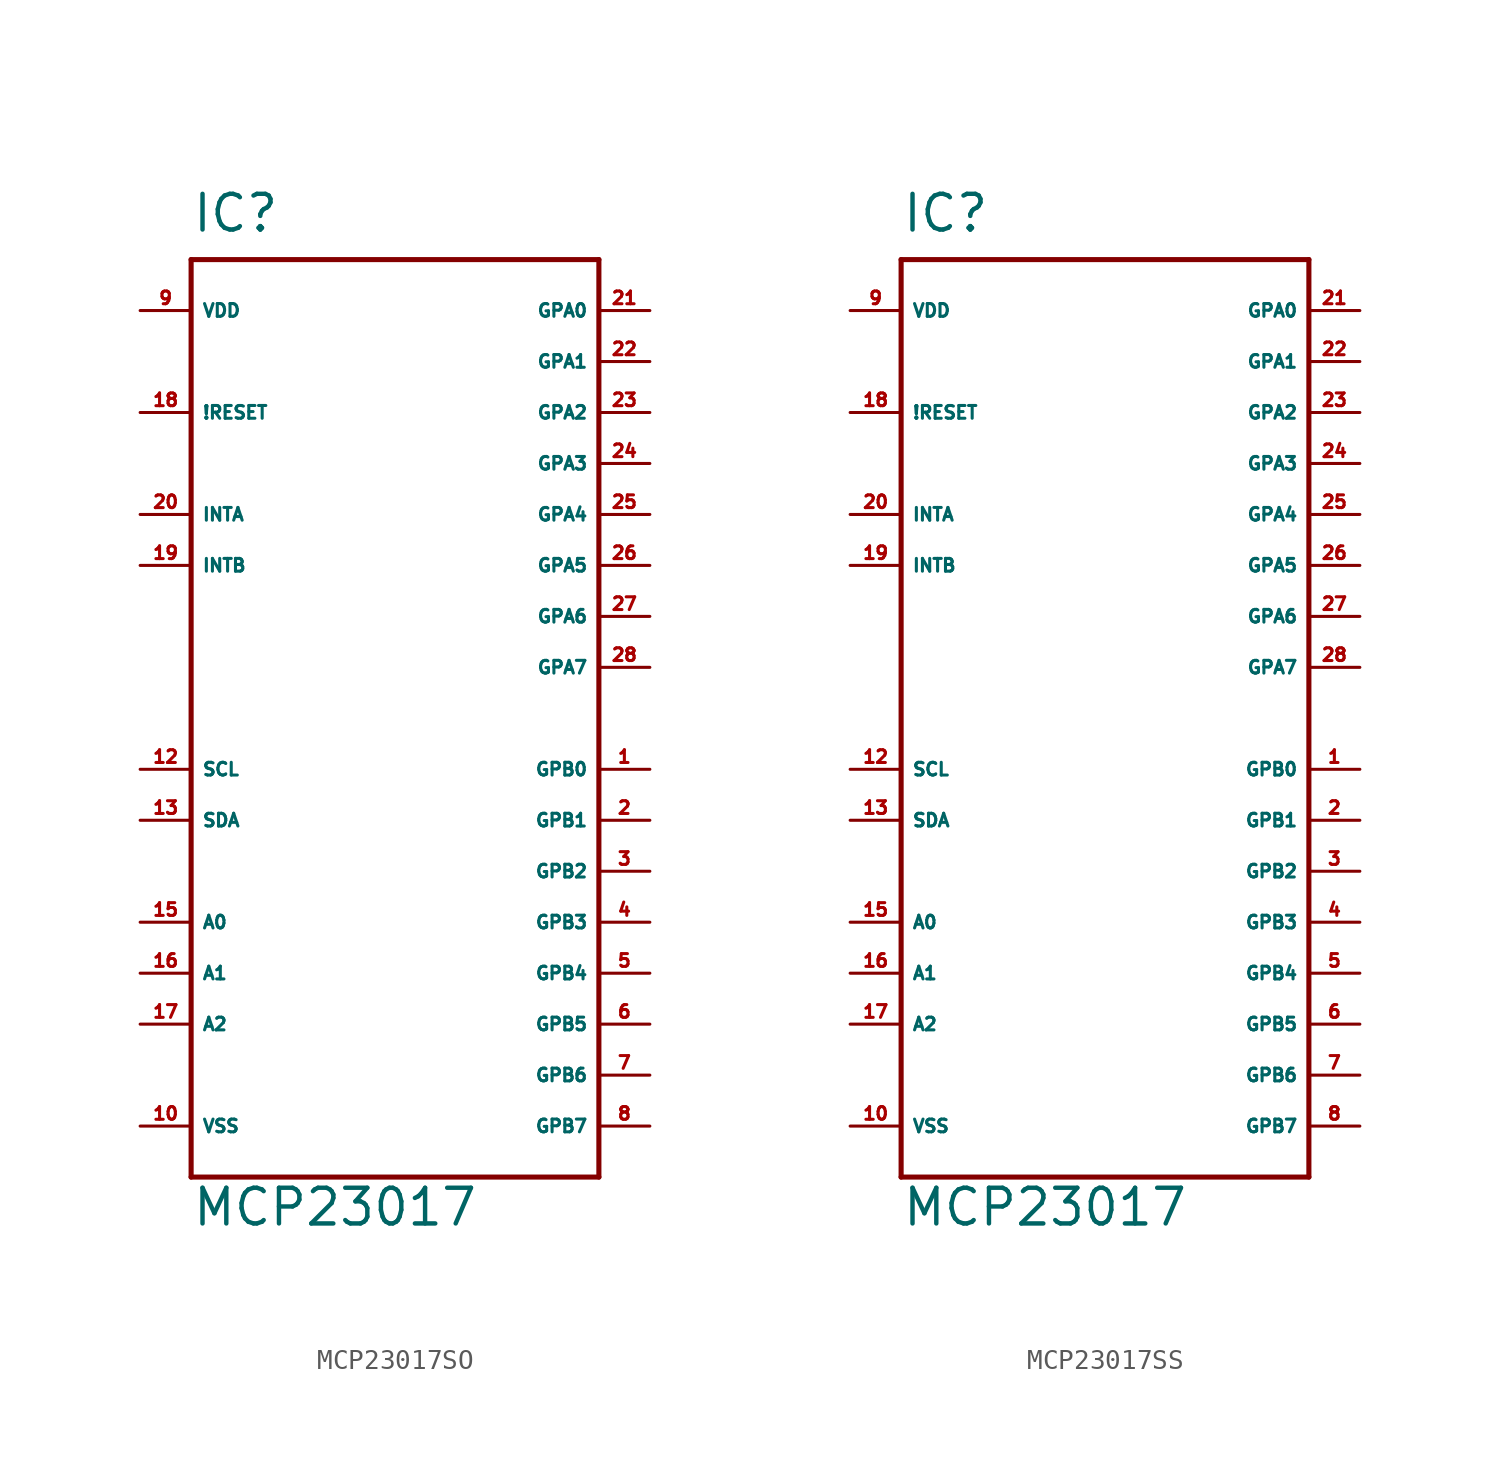
<source format=kicad_sym>
(kicad_symbol_lib
  (version 20220914)
  (generator Eagle2Kicad)
  (symbol "MCP23017SO"
    (property "Reference" "IC"
      (at -10.16 24.13 0)
      (effects (font (size 1.778 1.778) (thickness 0.22)) (justify left bottom)))
    (property "Value" "MCP23017"
      (at -10.16 -25.4 0)
      (effects (font (size 1.778 1.778) (thickness 0.22)) (justify left bottom)))
    (polyline
      (pts (xy -10.16 22.86) (xy 10.16 22.86))
      (stroke (width 0.254) (type default))
      (fill (type none)))
    (polyline
      (pts (xy 10.16 22.86) (xy 10.16 -22.86))
      (stroke (width 0.254) (type default))
      (fill (type none)))
    (polyline
      (pts (xy 10.16 -22.86) (xy -10.16 -22.86))
      (stroke (width 0.254) (type default))
      (fill (type none)))
    (polyline
      (pts (xy -10.16 -22.86) (xy -10.16 22.86))
      (stroke (width 0.254) (type default))
      (fill (type none)))
    (pin input line
      (at -12.7 -2.54 0)
      (length 2.54)
      (name "SCL" (effects (font (size 0.635 0.635) (thickness 0.08)) (justify left bottom)))
      (number "12" (effects (font (size 0.635 0.635) (thickness 0.08)) (justify left bottom))))
    (pin bidirectional line
      (at -12.7 -5.08 0)
      (length 2.54)
      (name "SDA" (effects (font (size 0.635 0.635) (thickness 0.08)) (justify left bottom)))
      (number "13" (effects (font (size 0.635 0.635) (thickness 0.08)) (justify left bottom))))
    (pin input line
      (at -12.7 -10.16 0)
      (length 2.54)
      (name "A0" (effects (font (size 0.635 0.635) (thickness 0.08)) (justify left bottom)))
      (number "15" (effects (font (size 0.635 0.635) (thickness 0.08)) (justify left bottom))))
    (pin input line
      (at -12.7 -12.7 0)
      (length 2.54)
      (name "A1" (effects (font (size 0.635 0.635) (thickness 0.08)) (justify left bottom)))
      (number "16" (effects (font (size 0.635 0.635) (thickness 0.08)) (justify left bottom))))
    (pin input line
      (at -12.7 -15.24 0)
      (length 2.54)
      (name "A2" (effects (font (size 0.635 0.635) (thickness 0.08)) (justify left bottom)))
      (number "17" (effects (font (size 0.635 0.635) (thickness 0.08)) (justify left bottom))))
    (pin input line
      (at -12.7 15.24 0)
      (length 2.54)
      (name "!RESET" (effects (font (size 0.635 0.635) (thickness 0.08)) (justify left bottom)))
      (number "18" (effects (font (size 0.635 0.635) (thickness 0.08)) (justify left bottom))))
    (pin output line
      (at -12.7 10.16 0)
      (length 2.54)
      (name "INTA" (effects (font (size 0.635 0.635) (thickness 0.08)) (justify left bottom)))
      (number "20" (effects (font (size 0.635 0.635) (thickness 0.08)) (justify left bottom))))
    (pin output line
      (at -12.7 7.62 0)
      (length 2.54)
      (name "INTB" (effects (font (size 0.635 0.635) (thickness 0.08)) (justify left bottom)))
      (number "19" (effects (font (size 0.635 0.635) (thickness 0.08)) (justify left bottom))))
    (pin bidirectional line
      (at 12.7 -2.54 180)
      (length 2.54)
      (name "GPB0" (effects (font (size 0.635 0.635) (thickness 0.08)) (justify left bottom)))
      (number "1" (effects (font (size 0.635 0.635) (thickness 0.08)) (justify left bottom))))
    (pin bidirectional line
      (at 12.7 -5.08 180)
      (length 2.54)
      (name "GPB1" (effects (font (size 0.635 0.635) (thickness 0.08)) (justify left bottom)))
      (number "2" (effects (font (size 0.635 0.635) (thickness 0.08)) (justify left bottom))))
    (pin bidirectional line
      (at 12.7 -7.62 180)
      (length 2.54)
      (name "GPB2" (effects (font (size 0.635 0.635) (thickness 0.08)) (justify left bottom)))
      (number "3" (effects (font (size 0.635 0.635) (thickness 0.08)) (justify left bottom))))
    (pin bidirectional line
      (at 12.7 -10.16 180)
      (length 2.54)
      (name "GPB3" (effects (font (size 0.635 0.635) (thickness 0.08)) (justify left bottom)))
      (number "4" (effects (font (size 0.635 0.635) (thickness 0.08)) (justify left bottom))))
    (pin bidirectional line
      (at 12.7 -12.7 180)
      (length 2.54)
      (name "GPB4" (effects (font (size 0.635 0.635) (thickness 0.08)) (justify left bottom)))
      (number "5" (effects (font (size 0.635 0.635) (thickness 0.08)) (justify left bottom))))
    (pin bidirectional line
      (at 12.7 -15.24 180)
      (length 2.54)
      (name "GPB5" (effects (font (size 0.635 0.635) (thickness 0.08)) (justify left bottom)))
      (number "6" (effects (font (size 0.635 0.635) (thickness 0.08)) (justify left bottom))))
    (pin bidirectional line
      (at 12.7 -17.78 180)
      (length 2.54)
      (name "GPB6" (effects (font (size 0.635 0.635) (thickness 0.08)) (justify left bottom)))
      (number "7" (effects (font (size 0.635 0.635) (thickness 0.08)) (justify left bottom))))
    (pin bidirectional line
      (at 12.7 -20.32 180)
      (length 2.54)
      (name "GPB7" (effects (font (size 0.635 0.635) (thickness 0.08)) (justify left bottom)))
      (number "8" (effects (font (size 0.635 0.635) (thickness 0.08)) (justify left bottom))))
    (pin bidirectional line
      (at 12.7 20.32 180)
      (length 2.54)
      (name "GPA0" (effects (font (size 0.635 0.635) (thickness 0.08)) (justify left bottom)))
      (number "21" (effects (font (size 0.635 0.635) (thickness 0.08)) (justify left bottom))))
    (pin bidirectional line
      (at 12.7 17.78 180)
      (length 2.54)
      (name "GPA1" (effects (font (size 0.635 0.635) (thickness 0.08)) (justify left bottom)))
      (number "22" (effects (font (size 0.635 0.635) (thickness 0.08)) (justify left bottom))))
    (pin bidirectional line
      (at 12.7 15.24 180)
      (length 2.54)
      (name "GPA2" (effects (font (size 0.635 0.635) (thickness 0.08)) (justify left bottom)))
      (number "23" (effects (font (size 0.635 0.635) (thickness 0.08)) (justify left bottom))))
    (pin bidirectional line
      (at 12.7 12.7 180)
      (length 2.54)
      (name "GPA3" (effects (font (size 0.635 0.635) (thickness 0.08)) (justify left bottom)))
      (number "24" (effects (font (size 0.635 0.635) (thickness 0.08)) (justify left bottom))))
    (pin bidirectional line
      (at 12.7 10.16 180)
      (length 2.54)
      (name "GPA4" (effects (font (size 0.635 0.635) (thickness 0.08)) (justify left bottom)))
      (number "25" (effects (font (size 0.635 0.635) (thickness 0.08)) (justify left bottom))))
    (pin bidirectional line
      (at 12.7 7.62 180)
      (length 2.54)
      (name "GPA5" (effects (font (size 0.635 0.635) (thickness 0.08)) (justify left bottom)))
      (number "26" (effects (font (size 0.635 0.635) (thickness 0.08)) (justify left bottom))))
    (pin bidirectional line
      (at 12.7 5.08 180)
      (length 2.54)
      (name "GPA6" (effects (font (size 0.635 0.635) (thickness 0.08)) (justify left bottom)))
      (number "27" (effects (font (size 0.635 0.635) (thickness 0.08)) (justify left bottom))))
    (pin bidirectional line
      (at 12.7 2.54 180)
      (length 2.54)
      (name "GPA7" (effects (font (size 0.635 0.635) (thickness 0.08)) (justify left bottom)))
      (number "28" (effects (font (size 0.635 0.635) (thickness 0.08)) (justify left bottom))))
    (pin unspecified line
      (at -12.7 20.32 0)
      (length 2.54)
      (name "VDD" (effects (font (size 0.635 0.635) (thickness 0.08)) (justify left bottom)))
      (number "9" (effects (font (size 0.635 0.635) (thickness 0.08)) (justify left bottom))))
    (pin unspecified line
      (at -12.7 -20.32 0)
      (length 2.54)
      (name "VSS" (effects (font (size 0.635 0.635) (thickness 0.08)) (justify left bottom)))
      (number "10" (effects (font (size 0.635 0.635) (thickness 0.08)) (justify left bottom)))))
  (symbol "MCP23017SS"
    (property "Reference" "IC"
      (at -10.16 24.13 0)
      (effects (font (size 1.778 1.778) (thickness 0.22)) (justify left bottom)))
    (property "Value" "MCP23017"
      (at -10.16 -25.4 0)
      (effects (font (size 1.778 1.778) (thickness 0.22)) (justify left bottom)))
    (polyline
      (pts (xy -10.16 22.86) (xy 10.16 22.86))
      (stroke (width 0.254) (type default))
      (fill (type none)))
    (polyline
      (pts (xy 10.16 22.86) (xy 10.16 -22.86))
      (stroke (width 0.254) (type default))
      (fill (type none)))
    (polyline
      (pts (xy 10.16 -22.86) (xy -10.16 -22.86))
      (stroke (width 0.254) (type default))
      (fill (type none)))
    (polyline
      (pts (xy -10.16 -22.86) (xy -10.16 22.86))
      (stroke (width 0.254) (type default))
      (fill (type none)))
    (pin input line
      (at -12.7 -2.54 0)
      (length 2.54)
      (name "SCL" (effects (font (size 0.635 0.635) (thickness 0.08)) (justify left bottom)))
      (number "12" (effects (font (size 0.635 0.635) (thickness 0.08)) (justify left bottom))))
    (pin bidirectional line
      (at -12.7 -5.08 0)
      (length 2.54)
      (name "SDA" (effects (font (size 0.635 0.635) (thickness 0.08)) (justify left bottom)))
      (number "13" (effects (font (size 0.635 0.635) (thickness 0.08)) (justify left bottom))))
    (pin input line
      (at -12.7 -10.16 0)
      (length 2.54)
      (name "A0" (effects (font (size 0.635 0.635) (thickness 0.08)) (justify left bottom)))
      (number "15" (effects (font (size 0.635 0.635) (thickness 0.08)) (justify left bottom))))
    (pin input line
      (at -12.7 -12.7 0)
      (length 2.54)
      (name "A1" (effects (font (size 0.635 0.635) (thickness 0.08)) (justify left bottom)))
      (number "16" (effects (font (size 0.635 0.635) (thickness 0.08)) (justify left bottom))))
    (pin input line
      (at -12.7 -15.24 0)
      (length 2.54)
      (name "A2" (effects (font (size 0.635 0.635) (thickness 0.08)) (justify left bottom)))
      (number "17" (effects (font (size 0.635 0.635) (thickness 0.08)) (justify left bottom))))
    (pin input line
      (at -12.7 15.24 0)
      (length 2.54)
      (name "!RESET" (effects (font (size 0.635 0.635) (thickness 0.08)) (justify left bottom)))
      (number "18" (effects (font (size 0.635 0.635) (thickness 0.08)) (justify left bottom))))
    (pin output line
      (at -12.7 10.16 0)
      (length 2.54)
      (name "INTA" (effects (font (size 0.635 0.635) (thickness 0.08)) (justify left bottom)))
      (number "20" (effects (font (size 0.635 0.635) (thickness 0.08)) (justify left bottom))))
    (pin output line
      (at -12.7 7.62 0)
      (length 2.54)
      (name "INTB" (effects (font (size 0.635 0.635) (thickness 0.08)) (justify left bottom)))
      (number "19" (effects (font (size 0.635 0.635) (thickness 0.08)) (justify left bottom))))
    (pin bidirectional line
      (at 12.7 -2.54 180)
      (length 2.54)
      (name "GPB0" (effects (font (size 0.635 0.635) (thickness 0.08)) (justify left bottom)))
      (number "1" (effects (font (size 0.635 0.635) (thickness 0.08)) (justify left bottom))))
    (pin bidirectional line
      (at 12.7 -5.08 180)
      (length 2.54)
      (name "GPB1" (effects (font (size 0.635 0.635) (thickness 0.08)) (justify left bottom)))
      (number "2" (effects (font (size 0.635 0.635) (thickness 0.08)) (justify left bottom))))
    (pin bidirectional line
      (at 12.7 -7.62 180)
      (length 2.54)
      (name "GPB2" (effects (font (size 0.635 0.635) (thickness 0.08)) (justify left bottom)))
      (number "3" (effects (font (size 0.635 0.635) (thickness 0.08)) (justify left bottom))))
    (pin bidirectional line
      (at 12.7 -10.16 180)
      (length 2.54)
      (name "GPB3" (effects (font (size 0.635 0.635) (thickness 0.08)) (justify left bottom)))
      (number "4" (effects (font (size 0.635 0.635) (thickness 0.08)) (justify left bottom))))
    (pin bidirectional line
      (at 12.7 -12.7 180)
      (length 2.54)
      (name "GPB4" (effects (font (size 0.635 0.635) (thickness 0.08)) (justify left bottom)))
      (number "5" (effects (font (size 0.635 0.635) (thickness 0.08)) (justify left bottom))))
    (pin bidirectional line
      (at 12.7 -15.24 180)
      (length 2.54)
      (name "GPB5" (effects (font (size 0.635 0.635) (thickness 0.08)) (justify left bottom)))
      (number "6" (effects (font (size 0.635 0.635) (thickness 0.08)) (justify left bottom))))
    (pin bidirectional line
      (at 12.7 -17.78 180)
      (length 2.54)
      (name "GPB6" (effects (font (size 0.635 0.635) (thickness 0.08)) (justify left bottom)))
      (number "7" (effects (font (size 0.635 0.635) (thickness 0.08)) (justify left bottom))))
    (pin bidirectional line
      (at 12.7 -20.32 180)
      (length 2.54)
      (name "GPB7" (effects (font (size 0.635 0.635) (thickness 0.08)) (justify left bottom)))
      (number "8" (effects (font (size 0.635 0.635) (thickness 0.08)) (justify left bottom))))
    (pin bidirectional line
      (at 12.7 20.32 180)
      (length 2.54)
      (name "GPA0" (effects (font (size 0.635 0.635) (thickness 0.08)) (justify left bottom)))
      (number "21" (effects (font (size 0.635 0.635) (thickness 0.08)) (justify left bottom))))
    (pin bidirectional line
      (at 12.7 17.78 180)
      (length 2.54)
      (name "GPA1" (effects (font (size 0.635 0.635) (thickness 0.08)) (justify left bottom)))
      (number "22" (effects (font (size 0.635 0.635) (thickness 0.08)) (justify left bottom))))
    (pin bidirectional line
      (at 12.7 15.24 180)
      (length 2.54)
      (name "GPA2" (effects (font (size 0.635 0.635) (thickness 0.08)) (justify left bottom)))
      (number "23" (effects (font (size 0.635 0.635) (thickness 0.08)) (justify left bottom))))
    (pin bidirectional line
      (at 12.7 12.7 180)
      (length 2.54)
      (name "GPA3" (effects (font (size 0.635 0.635) (thickness 0.08)) (justify left bottom)))
      (number "24" (effects (font (size 0.635 0.635) (thickness 0.08)) (justify left bottom))))
    (pin bidirectional line
      (at 12.7 10.16 180)
      (length 2.54)
      (name "GPA4" (effects (font (size 0.635 0.635) (thickness 0.08)) (justify left bottom)))
      (number "25" (effects (font (size 0.635 0.635) (thickness 0.08)) (justify left bottom))))
    (pin bidirectional line
      (at 12.7 7.62 180)
      (length 2.54)
      (name "GPA5" (effects (font (size 0.635 0.635) (thickness 0.08)) (justify left bottom)))
      (number "26" (effects (font (size 0.635 0.635) (thickness 0.08)) (justify left bottom))))
    (pin bidirectional line
      (at 12.7 5.08 180)
      (length 2.54)
      (name "GPA6" (effects (font (size 0.635 0.635) (thickness 0.08)) (justify left bottom)))
      (number "27" (effects (font (size 0.635 0.635) (thickness 0.08)) (justify left bottom))))
    (pin bidirectional line
      (at 12.7 2.54 180)
      (length 2.54)
      (name "GPA7" (effects (font (size 0.635 0.635) (thickness 0.08)) (justify left bottom)))
      (number "28" (effects (font (size 0.635 0.635) (thickness 0.08)) (justify left bottom))))
    (pin unspecified line
      (at -12.7 20.32 0)
      (length 2.54)
      (name "VDD" (effects (font (size 0.635 0.635) (thickness 0.08)) (justify left bottom)))
      (number "9" (effects (font (size 0.635 0.635) (thickness 0.08)) (justify left bottom))))
    (pin unspecified line
      (at -12.7 -20.32 0)
      (length 2.54)
      (name "VSS" (effects (font (size 0.635 0.635) (thickness 0.08)) (justify left bottom)))
      (number "10" (effects (font (size 0.635 0.635) (thickness 0.08)) (justify left bottom))))))
</source>
